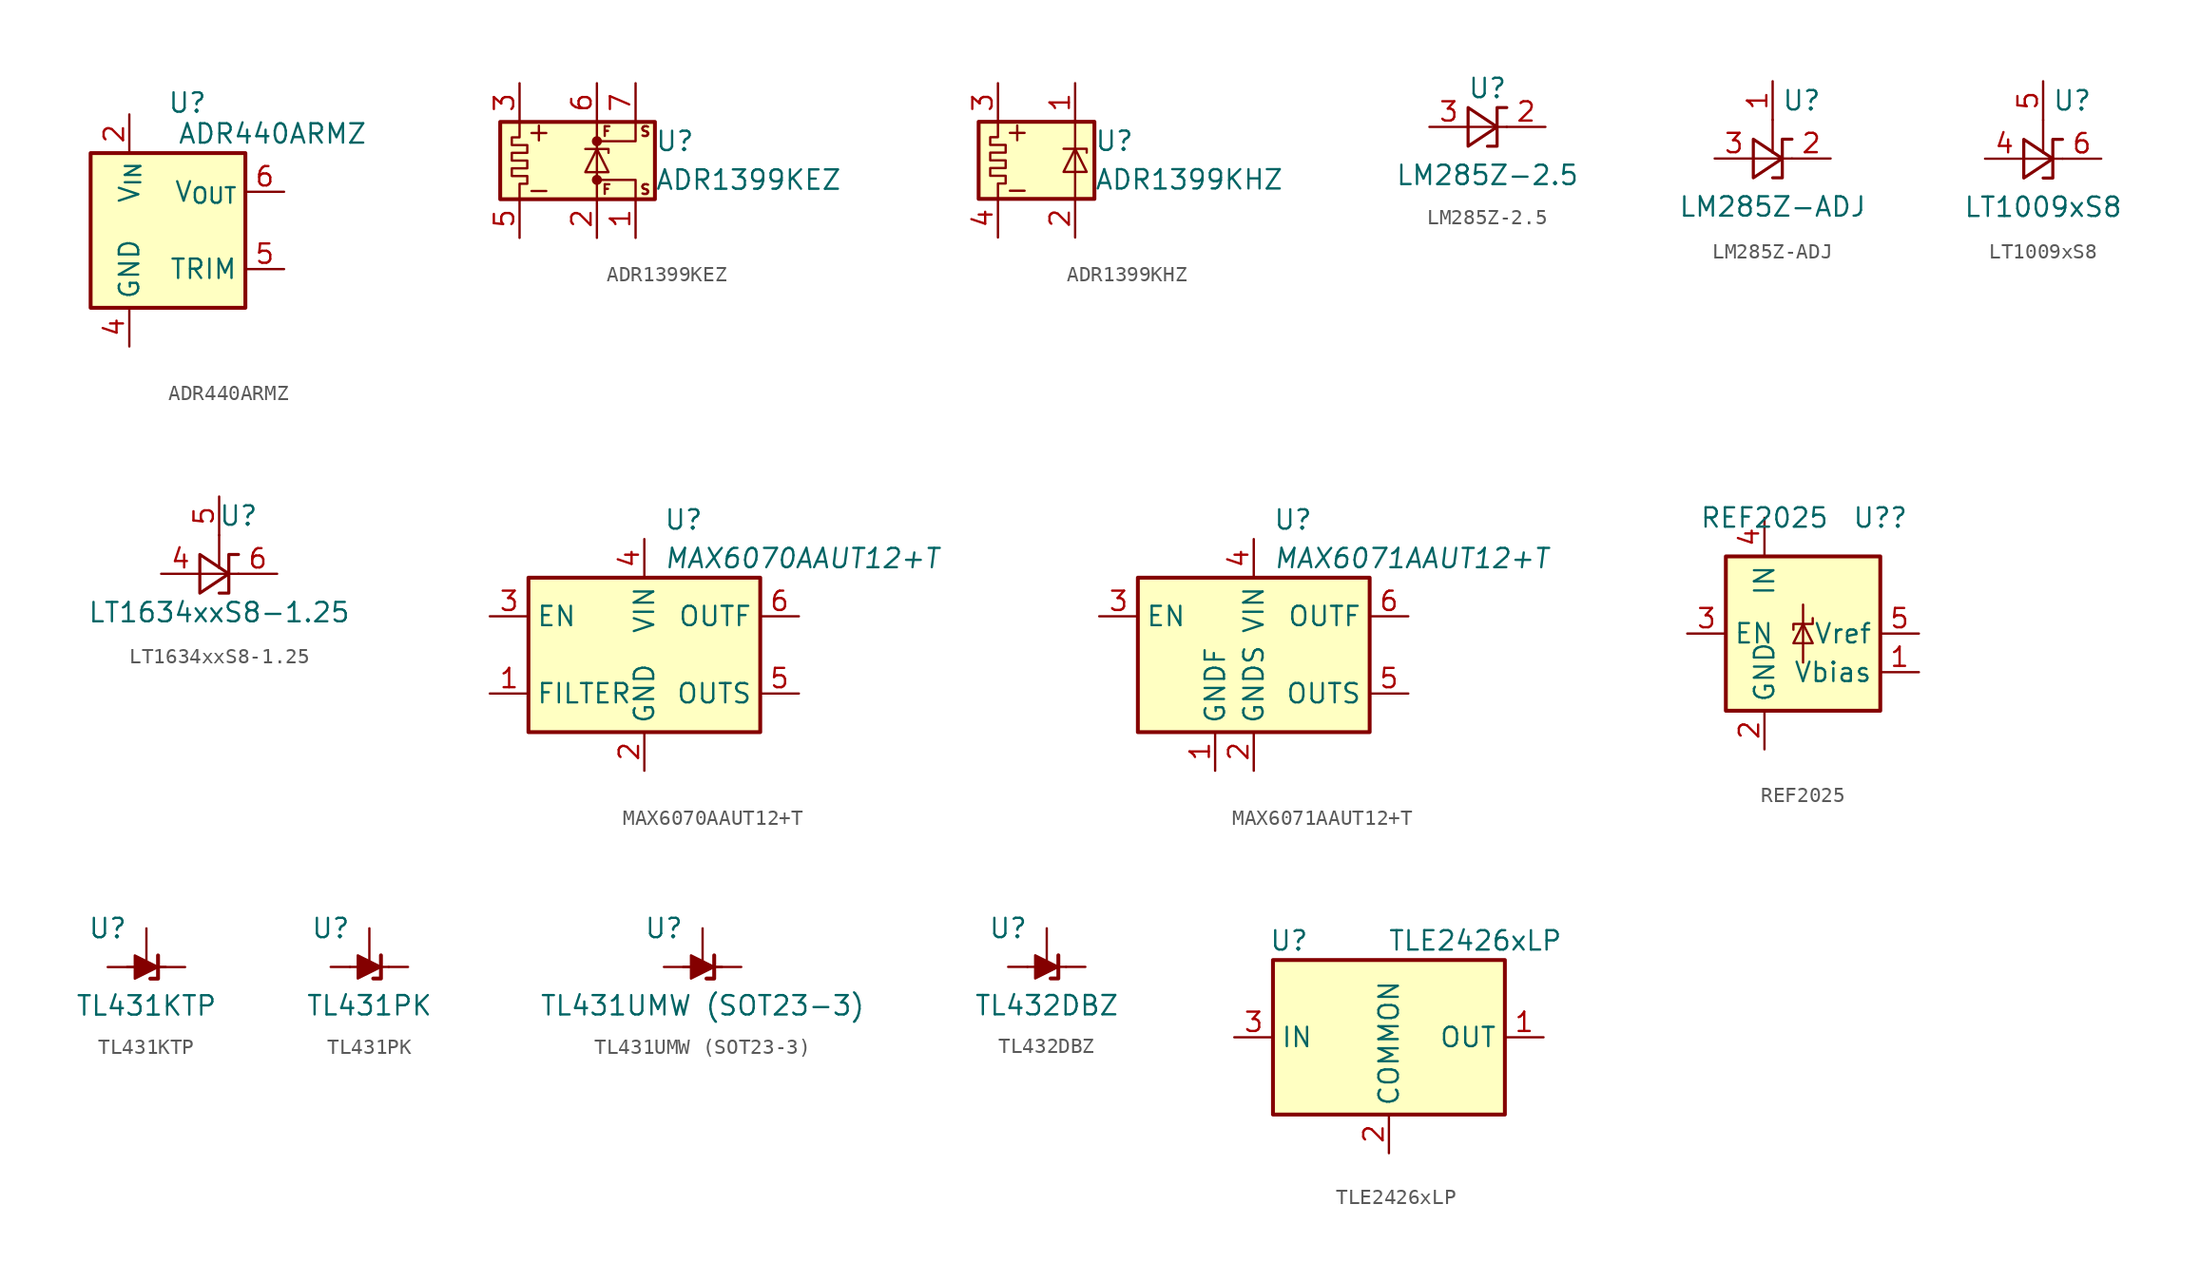
<source format=kicad_sym>
(kicad_symbol_lib
  (version 20231120)
  (generator "kicad_symbol_editor")
  (generator_version "8.0")
  (symbol "ADR440ARMZ"
    (property "Reference" "U"
      (at 1.27 8.382 0)
      (effects (font (size 1.27 1.27))))
    (property "Value" "ADR440ARMZ"
      (at 6.858 6.35 0)
      (effects (font (size 1.27 1.27))))
    (symbol "ADR440ARMZ_0_1"
      (rectangle (start -5.08 5.08) (end 5.08 -5.08) (stroke (width 0.254) (type default)) (fill (type background)))
      (pin power_in line (at -2.54 7.62 270) (length 2.54) (name "V_{IN}" (effects (font (size 1.27 1.27)))) (number "2" (effects (font (size 1.27 1.27)))))
      (pin power_in line (at -2.54 -7.62 90) (length 2.54) (name "GND" (effects (font (size 1.27 1.27)))) (number "4" (effects (font (size 1.27 1.27)))))
      (pin passive line (at 7.62 -2.54 180) (length 2.54) (name "TRIM" (effects (font (size 1.27 1.27)))) (number "5" (effects (font (size 1.27 1.27)))))
      (pin output line (at 7.62 2.54 180) (length 2.54) (name "V_{OUT}" (effects (font (size 1.27 1.27)))) (number "6" (effects (font (size 1.27 1.27))))))
    (symbol "ADR440ARMZ_1_1"
      (pin no_connect line (at -5.08 0 0) (length 2.54) hide (name "NC" (effects (font (size 1.27 1.27)))) (number "1" (effects (font (size 1.27 1.27)))))
      (pin no_connect line (at 5.08 0 180) (length 2.54) hide (name "NC" (effects (font (size 1.27 1.27)))) (number "3" (effects (font (size 1.27 1.27)))))
      (pin no_connect line (at -5.08 2.54 0) (length 2.54) hide (name "NC" (effects (font (size 1.27 1.27)))) (number "7" (effects (font (size 1.27 1.27)))))
      (pin no_connect line (at -5.08 -2.54 0) (length 2.54) hide (name "NC" (effects (font (size 1.27 1.27)))) (number "8" (effects (font (size 1.27 1.27)))))))
  (symbol "ADR1399KEZ"
    (pin_names
      (offset 1.016) hide)
    (property "Reference" "U"
      (at 3.81 1.27 0)
      (effects (font (size 1.27 1.27)) (justify left)))
    (property "Value" "ADR1399KEZ"
      (at 3.81 -1.27 0)
      (effects (font (size 1.27 1.27)) (justify left)))
    (symbol "ADR1399KEZ_0_0"
      (text "+" (at -3.81 1.905 0) (effects (font (size 1.27 1.27)))))
    (symbol "ADR1399KEZ_0_1"
      (rectangle (start -6.35 2.54) (end 3.81 -2.54) (stroke (width 0.254) (type default)) (fill (type background)))
      (circle (center 0 -1.27) (radius 0.254) (stroke (width 0) (type default)) (fill (type outline)))
      (polyline (pts (xy 2.54 -2.54) (xy 2.54 -1.27) (xy 0 -1.27)) (stroke (width 0) (type default)) (fill (type none)))
      (polyline (pts (xy 2.54 2.54) (xy 2.54 1.27) (xy 0 1.27)) (stroke (width 0) (type default)) (fill (type none)))
      (polyline (pts (xy -5.08 -2.54) (xy -5.08 -1.524) (xy -4.572 -1.524) (xy -4.572 -1.016) (xy -5.588 -1.016) (xy -5.588 -0.508) (xy -4.572 -0.508) (xy -4.572 0) (xy -5.588 0) (xy -5.588 0.508) (xy -4.572 0.508) (xy -4.572 1.016) (xy -5.588 1.016) (xy -5.588 1.524) (xy -5.08 1.524) (xy -5.08 2.54)) (stroke (width 0) (type default)) (fill (type none)))
      (circle (center 0 1.27) (radius 0.254) (stroke (width 0) (type default)) (fill (type outline))))
    (symbol "ADR1399KEZ_1_1"
      (polyline (pts (xy 0 2.54) (xy 0 -2.54)) (stroke (width 0) (type default)) (fill (type none)))
      (polyline (pts (xy -0.762 0.762) (xy 0.762 0.762) (xy 0.762 0.508)) (stroke (width 0) (type default)) (fill (type none)))
      (polyline (pts (xy -0.762 -0.762) (xy 0.762 -0.762) (xy 0 0.762) (xy -0.762 -0.762)) (stroke (width 0) (type default)) (fill (type none)))
      (text "-" (at -3.81 -1.905 0) (effects (font (size 1.27 1.27))))
      (text "F" (at 0.635 -1.905 0) (effects (font (size 0.635 0.635))))
      (text "F" (at 0.635 1.905 0) (effects (font (size 0.635 0.635))))
      (text "S" (at 3.175 -1.905 0) (effects (font (size 0.635 0.635))))
      (text "S" (at 3.175 1.905 0) (effects (font (size 0.635 0.635))))
      (pin passive line (at 2.54 -5.08 90) (length 2.54) (name "-REFS" (effects (font (size 1.27 1.27)))) (number "1" (effects (font (size 1.27 1.27)))))
      (pin passive line (at 0 -5.08 90) (length 2.54) (name "-REFF" (effects (font (size 1.27 1.27)))) (number "2" (effects (font (size 1.27 1.27)))))
      (pin power_in line (at -5.08 5.08 270) (length 2.54) (name "HEATER+" (effects (font (size 1.27 1.27)))) (number "3" (effects (font (size 1.27 1.27)))))
      (pin no_connect line (at -2.54 -2.54 90) (length 2.54) hide (name "NC" (effects (font (size 1.27 1.27)))) (number "4" (effects (font (size 1.27 1.27)))))
      (pin power_in line (at -5.08 -5.08 90) (length 2.54) (name "HEATER-" (effects (font (size 1.27 1.27)))) (number "5" (effects (font (size 1.27 1.27)))))
      (pin passive line (at 0 5.08 270) (length 2.54) (name "+REFF" (effects (font (size 1.27 1.27)))) (number "6" (effects (font (size 1.27 1.27)))))
      (pin passive line (at 2.54 5.08 270) (length 2.54) (name "+REFS" (effects (font (size 1.27 1.27)))) (number "7" (effects (font (size 1.27 1.27)))))
      (pin no_connect line (at -2.54 2.54 270) (length 2.54) hide (name "NC" (effects (font (size 1.27 1.27)))) (number "8" (effects (font (size 1.27 1.27)))))))
  (symbol "ADR1399KHZ"
    (pin_names
      (offset 1.016) hide)
    (property "Reference" "U"
      (at 3.81 1.27 0)
      (effects (font (size 1.27 1.27)) (justify left)))
    (property "Value" "ADR1399KHZ"
      (at 3.81 -1.27 0)
      (effects (font (size 1.27 1.27)) (justify left)))
    (symbol "ADR1399KHZ_0_0"
      (text "+" (at -1.27 1.905 0) (effects (font (size 1.27 1.27)))))
    (symbol "ADR1399KHZ_0_1"
      (rectangle (start -3.81 2.54) (end 3.81 -2.54) (stroke (width 0.254) (type default)) (fill (type background)))
      (polyline (pts (xy -2.54 -2.54) (xy -2.54 -1.524) (xy -2.032 -1.524) (xy -2.032 -1.016) (xy -3.048 -1.016) (xy -3.048 -0.508) (xy -2.032 -0.508) (xy -2.032 0) (xy -3.048 0) (xy -3.048 0.508) (xy -2.032 0.508) (xy -2.032 1.016) (xy -3.048 1.016) (xy -3.048 1.524) (xy -2.54 1.524) (xy -2.54 2.54)) (stroke (width 0) (type default)) (fill (type none))))
    (symbol "ADR1399KHZ_1_1"
      (polyline (pts (xy 2.54 2.54) (xy 2.54 -2.54)) (stroke (width 0) (type default)) (fill (type none)))
      (polyline (pts (xy 1.778 0.762) (xy 3.302 0.762) (xy 3.302 0.508)) (stroke (width 0) (type default)) (fill (type none)))
      (polyline (pts (xy 1.778 -0.762) (xy 3.302 -0.762) (xy 2.54 0.762) (xy 1.778 -0.762)) (stroke (width 0) (type default)) (fill (type none)))
      (text "-" (at -1.27 -1.905 0) (effects (font (size 1.27 1.27))))
      (pin passive line (at 2.54 5.08 270) (length 2.54) (name "~" (effects (font (size 1.27 1.27)))) (number "1" (effects (font (size 1.27 1.27)))))
      (pin passive line (at 2.54 -5.08 90) (length 2.54) (name "~" (effects (font (size 1.27 1.27)))) (number "2" (effects (font (size 1.27 1.27)))))
      (pin power_in line (at -2.54 5.08 270) (length 2.54) (name "~" (effects (font (size 1.27 1.27)))) (number "3" (effects (font (size 1.27 1.27)))))
      (pin power_in line (at -2.54 -5.08 90) (length 2.54) (name "~" (effects (font (size 1.27 1.27)))) (number "4" (effects (font (size 1.27 1.27)))))))
  (symbol "LM285Z-2.5"
    (pin_names
      (offset 0.025) hide)
    (property "Reference" "U"
      (at 0 2.54 0)
      (effects (font (size 1.27 1.27))))
    (property "Value" "LM285Z-2.5"
      (at 0 -3.175 0)
      (effects (font (size 1.27 1.27))))
    (symbol "LM285Z-2.5_0_1"
      (polyline (pts (xy -1.27 0) (xy 0 0) (xy 1.27 0)) (stroke (width 0) (type default)) (fill (type none)))
      (polyline (pts (xy -1.27 -1.27) (xy 0.635 0) (xy -1.27 1.27) (xy -1.27 -1.27)) (stroke (width 0.203) (type default)) (fill (type none)))
      (polyline (pts (xy 0 -1.27) (xy 0.635 -1.27) (xy 0.635 1.27) (xy 1.27 1.27)) (stroke (width 0.203) (type default)) (fill (type none))))
    (symbol "LM285Z-2.5_1_1"
      (pin passive line (at 3.81 0 180) (length 2.54) (name "K" (effects (font (size 1.27 1.27)))) (number "2" (effects (font (size 1.27 1.27)))))
      (pin passive line (at -3.81 0 0) (length 2.54) (name "A" (effects (font (size 1.27 1.27)))) (number "3" (effects (font (size 1.27 1.27)))))))
  (symbol "LM285Z-ADJ"
    (pin_names
      (offset 0.025) hide)
    (property "Reference" "U"
      (at 1.905 3.81 0)
      (effects (font (size 1.27 1.27))))
    (property "Value" "LM285Z-ADJ"
      (at 0 -3.175 0)
      (effects (font (size 1.27 1.27))))
    (symbol "LM285Z-ADJ_0_1"
      (polyline (pts (xy 0 2.54) (xy 0 0.381)) (stroke (width 0) (type default)) (fill (type none)))
      (polyline (pts (xy -1.27 0) (xy 0 0) (xy 1.27 0)) (stroke (width 0) (type default)) (fill (type none)))
      (polyline (pts (xy -1.27 -1.27) (xy 0.635 0) (xy -1.27 1.27) (xy -1.27 -1.27)) (stroke (width 0.203) (type default)) (fill (type none)))
      (polyline (pts (xy 0 -1.27) (xy 0.635 -1.27) (xy 0.635 1.27) (xy 1.27 1.27)) (stroke (width 0.203) (type default)) (fill (type none))))
    (symbol "LM285Z-ADJ_1_1"
      (pin input line (at 0 5.08 270) (length 2.54) (name "FB" (effects (font (size 1.27 1.27)))) (number "1" (effects (font (size 1.27 1.27)))))
      (pin passive line (at 3.81 0 180) (length 2.54) (name "K" (effects (font (size 1.27 1.27)))) (number "2" (effects (font (size 1.27 1.27)))))
      (pin passive line (at -3.81 0 0) (length 2.54) (name "A" (effects (font (size 1.27 1.27)))) (number "3" (effects (font (size 1.27 1.27)))))))
  (symbol "LT1009xS8"
    (pin_names
      (offset 0.025) hide)
    (property "Reference" "U"
      (at 1.905 3.81 0)
      (effects (font (size 1.27 1.27))))
    (property "Value" "LT1009xS8"
      (at 0 -3.175 0)
      (effects (font (size 1.27 1.27))))
    (symbol "LT1009xS8_0_1"
      (polyline (pts (xy 0 2.54) (xy 0 0.381)) (stroke (width 0) (type default)) (fill (type none)))
      (polyline (pts (xy -1.27 0) (xy 0 0) (xy 1.27 0)) (stroke (width 0) (type default)) (fill (type none)))
      (polyline (pts (xy -1.27 -1.27) (xy 0.635 0) (xy -1.27 1.27) (xy -1.27 -1.27)) (stroke (width 0.203) (type default)) (fill (type none)))
      (polyline (pts (xy 0 -1.27) (xy 0.635 -1.27) (xy 0.635 1.27) (xy 1.27 1.27)) (stroke (width 0.203) (type default)) (fill (type none))))
    (symbol "LT1009xS8_1_1"
      (pin passive line (at -3.81 0 0) (length 2.54) (name "A" (effects (font (size 1.27 1.27)))) (number "4" (effects (font (size 1.27 1.27)))))
      (pin input line (at 0 5.08 270) (length 2.54) (name "FB" (effects (font (size 1.27 1.27)))) (number "5" (effects (font (size 1.27 1.27)))))
      (pin passive line (at 3.81 0 180) (length 2.54) (name "K" (effects (font (size 1.27 1.27)))) (number "6" (effects (font (size 1.27 1.27)))))
      (pin passive line (at 3.81 0 180) (length 2.54) hide (name "K" (effects (font (size 1.27 1.27)))) (number "8" (effects (font (size 1.27 1.27)))))))
  (symbol "LT1634xxS8-1.25"
    (pin_names hide)
    (property "Reference" "U"
      (at 1.27 3.81 0)
      (effects (font (size 1.27 1.27))))
    (property "Value" "LT1634xxS8-1.25"
      (at 0 -2.54 0)
      (effects (font (size 1.27 1.27))))
    (symbol "LT1634xxS8-1.25_1_1"
      (polyline (pts (xy 0 2.54) (xy 0 0.381)) (stroke (width 0) (type default)) (fill (type none)))
      (polyline (pts (xy -1.27 0) (xy 0 0) (xy 1.27 0)) (stroke (width 0) (type default)) (fill (type none)))
      (polyline (pts (xy -1.27 -1.27) (xy 0.635 0) (xy -1.27 1.27) (xy -1.27 -1.27)) (stroke (width 0.203) (type default)) (fill (type none)))
      (polyline (pts (xy 0 -1.27) (xy 0.635 -1.27) (xy 0.635 1.27) (xy 1.27 1.27)) (stroke (width 0.203) (type default)) (fill (type none)))
      (pin passive line (at -3.81 0 0) (length 2.54) (name "A" (effects (font (size 1.27 1.27)))) (number "4" (effects (font (size 1.27 1.27)))))
      (pin input line (at 0 5.08 270) (length 2.54) (name "Test" (effects (font (size 1.27 1.27)))) (number "5" (effects (font (size 1.27 1.27)))))
      (pin passive line (at 3.81 0 180) (length 2.54) (name "K" (effects (font (size 1.27 1.27)))) (number "6" (effects (font (size 1.27 1.27)))))))
  (symbol "MAX6070AAUT12+T"
    (property "Reference" "U"
      (at 1.27 8.89 0)
      (effects (font (size 1.27 1.27)) (justify left)))
    (property "Value" "MAX6070AAUT12+T"
      (at 1.27 6.35 0)
      (effects (font (size 1.27 1.27) (italic yes)) (justify left)))
    (symbol "MAX6070AAUT12+T_0_1"
      (rectangle (start -7.62 5.08) (end 7.62 -5.08) (stroke (width 0.254) (type solid)) (fill (type background))))
    (symbol "MAX6070AAUT12+T_1_1"
      (pin passive line (at -10.16 -2.54 0) (length 2.54) (name "FILTER" (effects (font (size 1.27 1.27)))) (number "1" (effects (font (size 1.27 1.27)))))
      (pin power_in line (at 0 -7.62 90) (length 2.54) (name "GND" (effects (font (size 1.27 1.27)))) (number "2" (effects (font (size 1.27 1.27)))))
      (pin input line (at -10.16 2.54 0) (length 2.54) (name "EN" (effects (font (size 1.27 1.27)))) (number "3" (effects (font (size 1.27 1.27)))))
      (pin power_in line (at 0 7.62 270) (length 2.54) (name "VIN" (effects (font (size 1.27 1.27)))) (number "4" (effects (font (size 1.27 1.27)))))
      (pin input line (at 10.16 -2.54 180) (length 2.54) (name "OUTS" (effects (font (size 1.27 1.27)))) (number "5" (effects (font (size 1.27 1.27)))))
      (pin output line (at 10.16 2.54 180) (length 2.54) (name "OUTF" (effects (font (size 1.27 1.27)))) (number "6" (effects (font (size 1.27 1.27)))))))
  (symbol "MAX6071AAUT12+T"
    (property "Reference" "U"
      (at 1.27 8.89 0)
      (effects (font (size 1.27 1.27)) (justify left)))
    (property "Value" "MAX6071AAUT12+T"
      (at 1.27 6.35 0)
      (effects (font (size 1.27 1.27) (italic yes)) (justify left)))
    (symbol "MAX6071AAUT12+T_0_1"
      (rectangle (start -7.62 5.08) (end 7.62 -5.08) (stroke (width 0.254) (type solid)) (fill (type background))))
    (symbol "MAX6071AAUT12+T_1_1"
      (pin power_in line (at -2.54 -7.62 90) (length 2.54) (name "GNDF" (effects (font (size 1.27 1.27)))) (number "1" (effects (font (size 1.27 1.27)))))
      (pin power_in line (at 0 -7.62 90) (length 2.54) (name "GNDS" (effects (font (size 1.27 1.27)))) (number "2" (effects (font (size 1.27 1.27)))))
      (pin input line (at -10.16 2.54 0) (length 2.54) (name "EN" (effects (font (size 1.27 1.27)))) (number "3" (effects (font (size 1.27 1.27)))))
      (pin power_in line (at 0 7.62 270) (length 2.54) (name "VIN" (effects (font (size 1.27 1.27)))) (number "4" (effects (font (size 1.27 1.27)))))
      (pin input line (at 10.16 -2.54 180) (length 2.54) (name "OUTS" (effects (font (size 1.27 1.27)))) (number "5" (effects (font (size 1.27 1.27)))))
      (pin output line (at 10.16 2.54 180) (length 2.54) (name "OUTF" (effects (font (size 1.27 1.27)))) (number "6" (effects (font (size 1.27 1.27)))))))
  (symbol "REF2025"
    (property "Reference" "U?"
      (at 5.08 7.62 0)
      (effects (font (size 1.27 1.27))))
    (property "Value" "REF2025"
      (at -2.54 7.62 0)
      (effects (font (size 1.27 1.27))))
    (symbol "REF2025_0_1"
      (rectangle (start -5.08 5.08) (end 5.08 -5.08) (stroke (width 0.254) (type default)) (fill (type background)))
      (polyline (pts (xy 0 1.905) (xy 0 -1.905)) (stroke (width 0) (type default)) (fill (type none)))
      (polyline (pts (xy -0.635 -0.635) (xy 0.635 -0.635) (xy 0 0.635) (xy -0.635 -0.635)) (stroke (width 0) (type default)) (fill (type none)))
      (polyline (pts (xy 0.635 1.016) (xy 0.635 0.635) (xy -0.635 0.635) (xy -0.635 0.254)) (stroke (width 0) (type default)) (fill (type none))))
    (symbol "REF2025_1_1"
      (pin output line (at 7.62 -2.54 180) (length 2.54) (name "Vbias" (effects (font (size 1.27 1.27)))) (number "1" (effects (font (size 1.27 1.27)))))
      (pin power_in line (at -2.54 -7.62 90) (length 2.54) (name "GND" (effects (font (size 1.27 1.27)))) (number "2" (effects (font (size 1.27 1.27)))))
      (pin input line (at -7.62 0 0) (length 2.54) (name "EN" (effects (font (size 1.27 1.27)))) (number "3" (effects (font (size 1.27 1.27)))))
      (pin power_in line (at -2.54 7.62 270) (length 2.54) (name "IN" (effects (font (size 1.27 1.27)))) (number "4" (effects (font (size 1.27 1.27)))))
      (pin output line (at 7.62 0 180) (length 2.54) (name "Vref" (effects (font (size 1.27 1.27)))) (number "5" (effects (font (size 1.27 1.27)))))))
  (symbol "TL431KTP"
    (pin_numbers hide)
    (pin_names hide)
    (property "Reference" "U"
      (at -2.54 2.54 0)
      (effects (font (size 1.27 1.27))))
    (property "Value" "TL431KTP"
      (at 0 -2.54 0)
      (effects (font (size 1.27 1.27))))
    (symbol "TL431KTP_0_1"
      (polyline (pts (xy -1.27 0) (xy 0 0) (xy 1.27 0)) (stroke (width 0) (type default)) (fill (type none)))
      (polyline (pts (xy -0.762 -0.762) (xy -0.762 0.762) (xy 0.762 0) (xy -0.762 -0.762)) (stroke (width 0) (type default)) (fill (type outline)))
      (polyline (pts (xy 0.254 -0.762) (xy 0.762 -0.762) (xy 0.762 0.762) (xy 0.762 0.762)) (stroke (width 0.254) (type default)) (fill (type none))))
    (symbol "TL431KTP_1_1"
      (pin passive line (at 0 2.54 270) (length 2.54) (name "REF" (effects (font (size 1.27 1.27)))) (number "1" (effects (font (size 1.27 1.27)))))
      (pin passive line (at -2.54 0 0) (length 2.54) (name "A" (effects (font (size 1.27 1.27)))) (number "2" (effects (font (size 1.27 1.27)))))
      (pin passive line (at 2.54 0 180) (length 2.54) (name "K" (effects (font (size 1.27 1.27)))) (number "3" (effects (font (size 1.27 1.27)))))))
  (symbol "TL431PK"
    (pin_numbers hide)
    (pin_names hide)
    (property "Reference" "U"
      (at -2.54 2.54 0)
      (effects (font (size 1.27 1.27))))
    (property "Value" "TL431PK"
      (at 0 -2.54 0)
      (effects (font (size 1.27 1.27))))
    (symbol "TL431PK_0_1"
      (polyline (pts (xy -1.27 0) (xy 0 0) (xy 1.27 0)) (stroke (width 0) (type default)) (fill (type none)))
      (polyline (pts (xy -0.762 -0.762) (xy -0.762 0.762) (xy 0.762 0) (xy -0.762 -0.762)) (stroke (width 0) (type default)) (fill (type outline)))
      (polyline (pts (xy 0.254 -0.762) (xy 0.762 -0.762) (xy 0.762 0.762) (xy 0.762 0.762)) (stroke (width 0.254) (type default)) (fill (type none))))
    (symbol "TL431PK_1_1"
      (pin passive line (at 0 2.54 270) (length 2.54) (name "REF" (effects (font (size 1.27 1.27)))) (number "1" (effects (font (size 1.27 1.27)))))
      (pin passive line (at -2.54 0 0) (length 1.27) (name "A" (effects (font (size 1.27 1.27)))) (number "2" (effects (font (size 1.27 1.27)))))
      (pin passive line (at 2.54 0 180) (length 1.27) (name "K" (effects (font (size 1.27 1.27)))) (number "3" (effects (font (size 1.27 1.27)))))))
  (symbol "TL431UMW (SOT23-3)"
    (pin_numbers hide)
    (pin_names hide)
    (property "Reference" "U"
      (at -2.54 2.54 0)
      (effects (font (size 1.27 1.27))))
    (property "Value" "TL431UMW (SOT23-3)"
      (at 0 -2.54 0)
      (effects (font (size 1.27 1.27))))
    (symbol "TL431UMW (SOT23-3)_0_1"
      (polyline (pts (xy -1.27 0) (xy 0 0) (xy 1.27 0)) (stroke (width 0) (type default)) (fill (type none)))
      (polyline (pts (xy -0.762 -0.762) (xy -0.762 0.762) (xy 0.762 0) (xy -0.762 -0.762)) (stroke (width 0) (type default)) (fill (type outline)))
      (polyline (pts (xy 0.254 -0.762) (xy 0.762 -0.762) (xy 0.762 0.762) (xy 0.762 0.762)) (stroke (width 0.254) (type default)) (fill (type none))))
    (symbol "TL431UMW (SOT23-3)_1_1"
      (pin passive line (at 0 2.54 270) (length 2.54) (name "REF" (effects (font (size 1.27 1.27)))) (number "1" (effects (font (size 1.27 1.27)))))
      (pin passive line (at 2.54 0 180) (length 2.54) (name "CATHODE" (effects (font (size 1.27 1.27)))) (number "2" (effects (font (size 1.27 1.27)))))
      (pin passive line (at -2.54 0 0) (length 2.54) (name "ANODE" (effects (font (size 1.27 1.27)))) (number "3" (effects (font (size 1.27 1.27)))))))
  (symbol "TL432DBZ"
    (pin_numbers hide)
    (pin_names hide)
    (property "Reference" "U"
      (at -2.54 2.54 0)
      (effects (font (size 1.27 1.27))))
    (property "Value" "TL432DBZ"
      (at 0 -2.54 0)
      (effects (font (size 1.27 1.27))))
    (symbol "TL432DBZ_0_1"
      (polyline (pts (xy -1.27 0) (xy 0 0) (xy 1.27 0)) (stroke (width 0) (type default)) (fill (type none)))
      (polyline (pts (xy -0.762 -0.762) (xy -0.762 0.762) (xy 0.762 0) (xy -0.762 -0.762)) (stroke (width 0) (type default)) (fill (type outline)))
      (polyline (pts (xy 0.254 -0.762) (xy 0.762 -0.762) (xy 0.762 0.762) (xy 0.762 0.762)) (stroke (width 0.254) (type default)) (fill (type none))))
    (symbol "TL432DBZ_1_1"
      (pin passive line (at 0 2.54 270) (length 2.54) (name "REF" (effects (font (size 1.27 1.27)))) (number "1" (effects (font (size 1.27 1.27)))))
      (pin passive line (at 2.54 0 180) (length 1.27) (name "K" (effects (font (size 1.27 1.27)))) (number "2" (effects (font (size 1.27 1.27)))))
      (pin passive line (at -2.54 0 0) (length 1.27) (name "A" (effects (font (size 1.27 1.27)))) (number "3" (effects (font (size 1.27 1.27)))))))
  (symbol "TLE2426xLP"
    (property "Reference" "U"
      (at -7.874 6.35 0)
      (effects (font (size 1.27 1.27)) (justify left)))
    (property "Value" "TLE2426xLP"
      (at 11.43 6.35 0)
      (effects (font (size 1.27 1.27)) (justify right)))
    (symbol "TLE2426xLP_0_1"
      (rectangle (start -7.62 5.08) (end 7.62 -5.08) (stroke (width 0.254) (type default)) (fill (type background))))
    (symbol "TLE2426xLP_1_1"
      (pin power_out line (at 10.16 0 180) (length 2.54) (name "OUT" (effects (font (size 1.27 1.27)))) (number "1" (effects (font (size 1.27 1.27)))))
      (pin power_in line (at 0 -7.62 90) (length 2.54) (name "COMMON" (effects (font (size 1.27 1.27)))) (number "2" (effects (font (size 1.27 1.27)))))
      (pin power_in line (at -10.16 0 0) (length 2.54) (name "IN" (effects (font (size 1.27 1.27)))) (number "3" (effects (font (size 1.27 1.27))))))))
</source>
